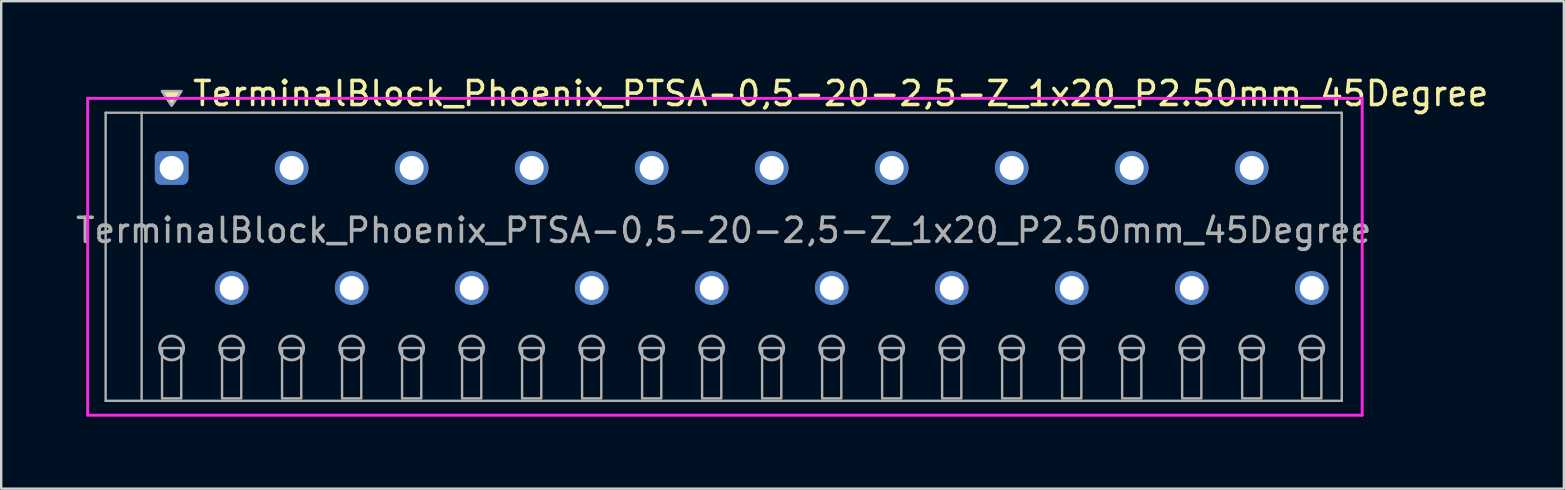
<source format=kicad_pcb>
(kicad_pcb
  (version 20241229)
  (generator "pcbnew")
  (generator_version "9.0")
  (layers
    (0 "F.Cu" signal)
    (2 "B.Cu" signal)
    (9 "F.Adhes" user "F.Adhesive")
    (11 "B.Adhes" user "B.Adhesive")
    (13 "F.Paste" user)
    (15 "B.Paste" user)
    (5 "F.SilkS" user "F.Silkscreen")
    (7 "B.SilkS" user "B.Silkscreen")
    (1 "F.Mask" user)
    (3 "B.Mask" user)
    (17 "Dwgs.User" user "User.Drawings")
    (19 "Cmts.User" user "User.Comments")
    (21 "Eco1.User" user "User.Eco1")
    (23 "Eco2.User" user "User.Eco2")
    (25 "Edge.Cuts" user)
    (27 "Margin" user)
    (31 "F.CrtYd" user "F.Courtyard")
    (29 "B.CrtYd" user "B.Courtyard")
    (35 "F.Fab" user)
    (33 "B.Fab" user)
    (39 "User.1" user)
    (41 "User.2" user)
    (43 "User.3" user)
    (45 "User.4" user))
  (footprint "TerminalBlock_Phoenix_PTSA-0,5-20-2,5-Z_1x20_P2.50mm_45Degree"
    (layer "F.Cu")
    (at 4.101 8.948)
    (property "Reference" "TerminalBlock_Phoenix_PTSA-0,5-20-2,5-Z_1x20_P2.50mm_45Degree" (at 0.8 -8.1 0) (layer "F.SilkS") (effects (font (size 1 1) (thickness 0.15)) (justify left)))
    (attr through_hole)
    (fp_poly (pts (xy 0 -7.6) (xy -0.4 -8.2) (xy 0.4 -8.2)) (stroke (width 0.1) (type solid)) (fill yes) (layer "F.SilkS"))
    (fp_line (start -3.5 -7.9) (end 49.6 -7.9) (stroke (width 0.12) (type solid)) (layer "F.CrtYd"))
    (fp_line (start -3.5 5.3) (end -3.5 -7.9) (stroke (width 0.12) (type solid)) (layer "F.CrtYd"))
    (fp_line (start 49.6 -7.9) (end 49.6 5.3) (stroke (width 0.12) (type solid)) (layer "F.CrtYd"))
    (fp_line (start 49.6 5.3) (end -3.5 5.3) (stroke (width 0.12) (type solid)) (layer "F.CrtYd"))
    (fp_line (start -2.75 -7.3) (end -1.25 -7.3) (stroke (width 0.1) (type solid)) (layer "F.Fab"))
    (fp_line (start -2.75 4.7) (end -2.75 -7.3) (stroke (width 0.1) (type solid)) (layer "F.Fab"))
    (fp_line (start -1.25 -7.3) (end -1.25 4.7) (stroke (width 0.1) (type solid)) (layer "F.Fab"))
    (fp_line (start -1.25 4.7) (end -2.75 4.7) (stroke (width 0.1) (type solid)) (layer "F.Fab"))
    (fp_line (start -1.25 4.7) (end 48.75 4.7) (stroke (width 0.1) (type solid)) (layer "F.Fab"))
    (fp_line (start 48.75 -7.3) (end -1.25 -7.3) (stroke (width 0.1) (type solid)) (layer "F.Fab"))
    (fp_line (start 48.75 4.7) (end 48.75 -7.3) (stroke (width 0.1) (type solid)) (layer "F.Fab"))
    (fp_circle (center 0 2.5) (end -0.5 2.5) (stroke (width 0.12) (type solid)) (fill no) (layer "F.Fab"))
    (fp_circle (center 2.5 2.5) (end 2 2.5) (stroke (width 0.12) (type solid)) (fill no) (layer "F.Fab"))
    (fp_circle (center 5 2.5) (end 4.5 2.5) (stroke (width 0.12) (type solid)) (fill no) (layer "F.Fab"))
    (fp_circle (center 7.5 2.5) (end 7 2.5) (stroke (width 0.12) (type solid)) (fill no) (layer "F.Fab"))
    (fp_circle (center 10 2.5) (end 9.5 2.5) (stroke (width 0.12) (type solid)) (fill no) (layer "F.Fab"))
    (fp_circle (center 12.5 2.5) (end 12 2.5) (stroke (width 0.12) (type solid)) (fill no) (layer "F.Fab"))
    (fp_circle (center 15 2.5) (end 14.5 2.5) (stroke (width 0.12) (type solid)) (fill no) (layer "F.Fab"))
    (fp_circle (center 17.5 2.5) (end 17 2.5) (stroke (width 0.12) (type solid)) (fill no) (layer "F.Fab"))
    (fp_circle (center 20 2.5) (end 19.5 2.5) (stroke (width 0.12) (type solid)) (fill no) (layer "F.Fab"))
    (fp_circle (center 22.5 2.5) (end 22 2.5) (stroke (width 0.12) (type solid)) (fill no) (layer "F.Fab"))
    (fp_circle (center 25 2.5) (end 24.5 2.5) (stroke (width 0.12) (type solid)) (fill no) (layer "F.Fab"))
    (fp_circle (center 27.5 2.5) (end 27 2.5) (stroke (width 0.12) (type solid)) (fill no) (layer "F.Fab"))
    (fp_circle (center 30 2.5) (end 29.5 2.5) (stroke (width 0.12) (type solid)) (fill no) (layer "F.Fab"))
    (fp_circle (center 32.5 2.5) (end 32 2.5) (stroke (width 0.12) (type solid)) (fill no) (layer "F.Fab"))
    (fp_circle (center 35 2.5) (end 34.5 2.5) (stroke (width 0.12) (type solid)) (fill no) (layer "F.Fab"))
    (fp_circle (center 37.5 2.5) (end 37 2.5) (stroke (width 0.12) (type solid)) (fill no) (layer "F.Fab"))
    (fp_circle (center 40 2.5) (end 39.5 2.5) (stroke (width 0.12) (type solid)) (fill no) (layer "F.Fab"))
    (fp_circle (center 42.5 2.5) (end 42 2.5) (stroke (width 0.12) (type solid)) (fill no) (layer "F.Fab"))
    (fp_circle (center 45 2.5) (end 44.5 2.5) (stroke (width 0.12) (type solid)) (fill no) (layer "F.Fab"))
    (fp_circle (center 47.5 2.5) (end 47 2.5) (stroke (width 0.12) (type solid)) (fill no) (layer "F.Fab"))
    (fp_poly (pts (xy 0 -7.6) (xy -0.4 -8.2) (xy 0.4 -8.2)) (stroke (width 0.1) (type solid)) (fill no) (layer "F.Fab"))
    (fp_poly (pts (xy -0.4 2.5) (xy -0.4 4.6) (xy 0.4 4.6) (xy 0.4 2.5)) (stroke (width 0.1) (type solid)) (fill no) (layer "F.Fab"))
    (fp_poly (pts (xy 2.1 2.5) (xy 2.1 4.6) (xy 2.9 4.6) (xy 2.9 2.5)) (stroke (width 0.1) (type solid)) (fill no) (layer "F.Fab"))
    (fp_poly (pts (xy 4.6 2.5) (xy 4.6 4.6) (xy 5.4 4.6) (xy 5.4 2.5)) (stroke (width 0.1) (type solid)) (fill no) (layer "F.Fab"))
    (fp_poly (pts (xy 7.1 2.5) (xy 7.1 4.6) (xy 7.9 4.6) (xy 7.9 2.5)) (stroke (width 0.1) (type solid)) (fill no) (layer "F.Fab"))
    (fp_poly (pts (xy 9.6 2.5) (xy 9.6 4.6) (xy 10.4 4.6) (xy 10.4 2.5)) (stroke (width 0.1) (type solid)) (fill no) (layer "F.Fab"))
    (fp_poly (pts (xy 12.1 2.5) (xy 12.1 4.6) (xy 12.9 4.6) (xy 12.9 2.5)) (stroke (width 0.1) (type solid)) (fill no) (layer "F.Fab"))
    (fp_poly (pts (xy 14.6 2.5) (xy 14.6 4.6) (xy 15.4 4.6) (xy 15.4 2.5)) (stroke (width 0.1) (type solid)) (fill no) (layer "F.Fab"))
    (fp_poly (pts (xy 17.1 2.5) (xy 17.1 4.6) (xy 17.9 4.6) (xy 17.9 2.5)) (stroke (width 0.1) (type solid)) (fill no) (layer "F.Fab"))
    (fp_poly (pts (xy 19.6 2.5) (xy 19.6 4.6) (xy 20.4 4.6) (xy 20.4 2.5)) (stroke (width 0.1) (type solid)) (fill no) (layer "F.Fab"))
    (fp_poly (pts (xy 22.1 2.5) (xy 22.1 4.6) (xy 22.9 4.6) (xy 22.9 2.5)) (stroke (width 0.1) (type solid)) (fill no) (layer "F.Fab"))
    (fp_poly (pts (xy 24.6 2.5) (xy 24.6 4.6) (xy 25.4 4.6) (xy 25.4 2.5)) (stroke (width 0.1) (type solid)) (fill no) (layer "F.Fab"))
    (fp_poly (pts (xy 27.1 2.5) (xy 27.1 4.6) (xy 27.9 4.6) (xy 27.9 2.5)) (stroke (width 0.1) (type solid)) (fill no) (layer "F.Fab"))
    (fp_poly (pts (xy 29.6 2.5) (xy 29.6 4.6) (xy 30.4 4.6) (xy 30.4 2.5)) (stroke (width 0.1) (type solid)) (fill no) (layer "F.Fab"))
    (fp_poly (pts (xy 32.1 2.5) (xy 32.1 4.6) (xy 32.9 4.6) (xy 32.9 2.5)) (stroke (width 0.1) (type solid)) (fill no) (layer "F.Fab"))
    (fp_poly (pts (xy 34.6 2.5) (xy 34.6 4.6) (xy 35.4 4.6) (xy 35.4 2.5)) (stroke (width 0.1) (type solid)) (fill no) (layer "F.Fab"))
    (fp_poly (pts (xy 37.1 2.5) (xy 37.1 4.6) (xy 37.9 4.6) (xy 37.9 2.5)) (stroke (width 0.1) (type solid)) (fill no) (layer "F.Fab"))
    (fp_poly (pts (xy 39.6 2.5) (xy 39.6 4.6) (xy 40.4 4.6) (xy 40.4 2.5)) (stroke (width 0.1) (type solid)) (fill no) (layer "F.Fab"))
    (fp_poly (pts (xy 42.1 2.5) (xy 42.1 4.6) (xy 42.9 4.6) (xy 42.9 2.5)) (stroke (width 0.1) (type solid)) (fill no) (layer "F.Fab"))
    (fp_poly (pts (xy 44.6 2.5) (xy 44.6 4.6) (xy 45.4 4.6) (xy 45.4 2.5)) (stroke (width 0.1) (type solid)) (fill no) (layer "F.Fab"))
    (fp_poly (pts (xy 47.1 2.5) (xy 47.1 4.6) (xy 47.9 4.6) (xy 47.9 2.5)) (stroke (width 0.1) (type solid)) (fill no) (layer "F.Fab"))
    (fp_text user "${REFERENCE}" (at 23 -2.4 0) (layer "F.Fab") (effects (font (size 1 1) (thickness 0.15))))
    (pad "1" thru_hole roundrect (at 0 -5) (size 1.4 1.4) (drill 1) (layers "*.Cu" "*.Mask") (roundrect_rratio 0.179))
    (pad "2" thru_hole oval (at 2.5 0) (size 1.4 1.4) (drill 1) (layers "*.Cu" "*.Mask"))
    (pad "3" thru_hole oval (at 5 -5) (size 1.4 1.4) (drill 1) (layers "*.Cu" "*.Mask"))
    (pad "4" thru_hole oval (at 7.5 0) (size 1.4 1.4) (drill 1) (layers "*.Cu" "*.Mask"))
    (pad "5" thru_hole oval (at 10 -5) (size 1.4 1.4) (drill 1) (layers "*.Cu" "*.Mask"))
    (pad "6" thru_hole oval (at 12.5 0) (size 1.4 1.4) (drill 1) (layers "*.Cu" "*.Mask"))
    (pad "7" thru_hole oval (at 15 -5) (size 1.4 1.4) (drill 1) (layers "*.Cu" "*.Mask"))
    (pad "8" thru_hole oval (at 17.5 0) (size 1.4 1.4) (drill 1) (layers "*.Cu" "*.Mask"))
    (pad "9" thru_hole oval (at 20 -5) (size 1.4 1.4) (drill 1) (layers "*.Cu" "*.Mask"))
    (pad "10" thru_hole oval (at 22.5 0) (size 1.4 1.4) (drill 1) (layers "*.Cu" "*.Mask"))
    (pad "11" thru_hole oval (at 25 -5) (size 1.4 1.4) (drill 1) (layers "*.Cu" "*.Mask"))
    (pad "12" thru_hole oval (at 27.5 0) (size 1.4 1.4) (drill 1) (layers "*.Cu" "*.Mask"))
    (pad "13" thru_hole oval (at 30 -5) (size 1.4 1.4) (drill 1) (layers "*.Cu" "*.Mask"))
    (pad "14" thru_hole oval (at 32.5 0) (size 1.4 1.4) (drill 1) (layers "*.Cu" "*.Mask"))
    (pad "15" thru_hole oval (at 35 -5) (size 1.4 1.4) (drill 1) (layers "*.Cu" "*.Mask"))
    (pad "16" thru_hole oval (at 37.5 0) (size 1.4 1.4) (drill 1) (layers "*.Cu" "*.Mask"))
    (pad "17" thru_hole oval (at 40 -5) (size 1.4 1.4) (drill 1) (layers "*.Cu" "*.Mask"))
    (pad "18" thru_hole oval (at 42.5 0) (size 1.4 1.4) (drill 1) (layers "*.Cu" "*.Mask"))
    (pad "19" thru_hole oval (at 45 -5) (size 1.4 1.4) (drill 1) (layers "*.Cu" "*.Mask"))
    (pad "20" thru_hole oval (at 47.5 0) (size 1.4 1.4) (drill 1) (layers "*.Cu" "*.Mask")))
  (gr_rect
    (start -3 -3)
    (end 62.104 17.308)
    (stroke (width 0.1) (type default))
    (fill no)
    (layer "Edge.Cuts")))
</source>
